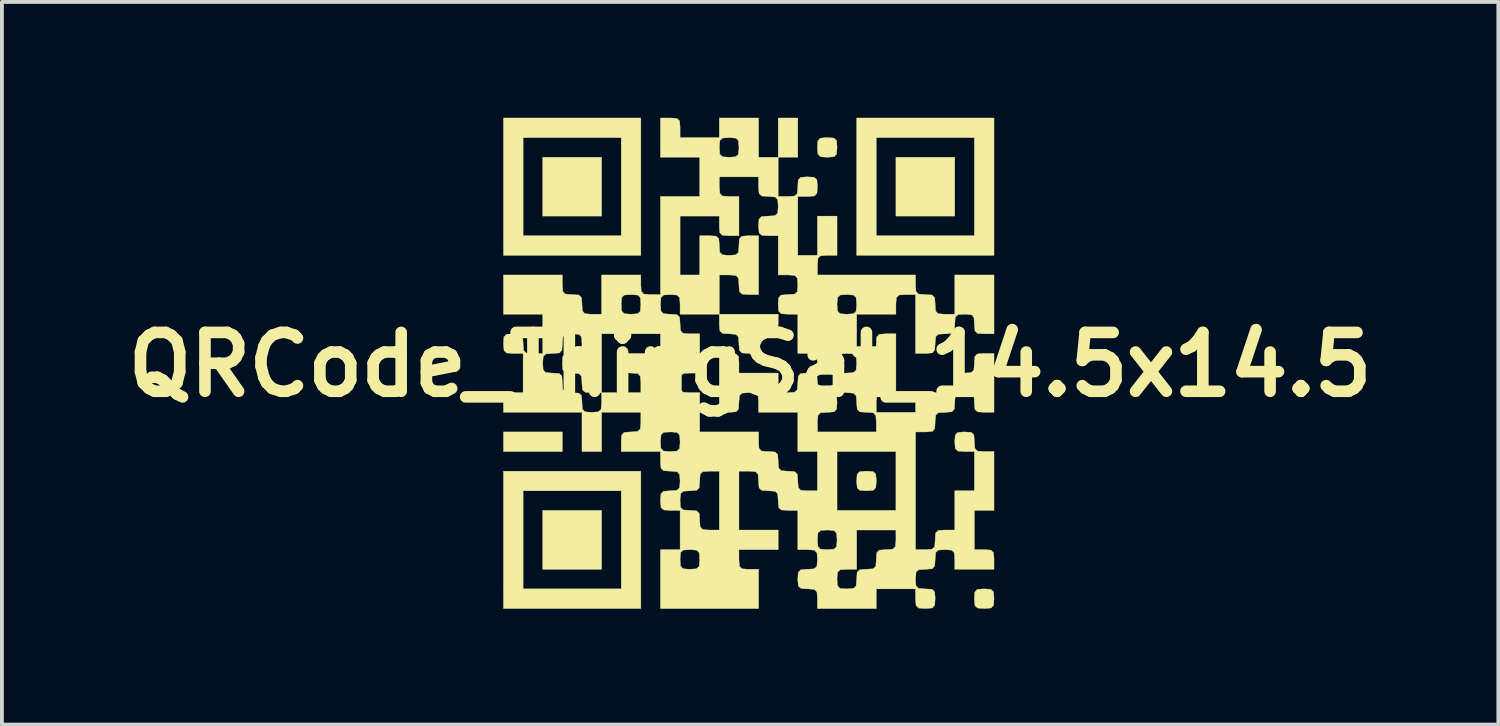
<source format=kicad_pcb>
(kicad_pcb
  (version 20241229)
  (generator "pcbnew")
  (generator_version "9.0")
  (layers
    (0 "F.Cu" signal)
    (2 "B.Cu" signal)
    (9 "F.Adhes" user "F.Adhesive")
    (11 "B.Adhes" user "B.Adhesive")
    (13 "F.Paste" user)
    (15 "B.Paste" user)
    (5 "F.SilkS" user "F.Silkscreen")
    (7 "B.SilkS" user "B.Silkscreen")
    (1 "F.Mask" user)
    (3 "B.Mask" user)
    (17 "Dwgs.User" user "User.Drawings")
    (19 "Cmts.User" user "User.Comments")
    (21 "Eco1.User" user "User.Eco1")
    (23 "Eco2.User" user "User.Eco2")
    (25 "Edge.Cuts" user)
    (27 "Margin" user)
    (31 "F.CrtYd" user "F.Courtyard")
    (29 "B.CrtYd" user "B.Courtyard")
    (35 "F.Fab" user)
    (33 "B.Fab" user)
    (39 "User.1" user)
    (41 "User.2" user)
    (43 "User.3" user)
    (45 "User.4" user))
  (footprint "QRCode_ThingSat_14.5x14.5"
    (layer "F.Cu")
    (at 16.372 6.391)
    (property "Reference" "QRCode_ThingSat_14.5x14.5" (at 0 0 0) (layer "F.SilkS") (effects (font (size 1.524 1.524) (thickness 0.3))))
    (attr through_hole)
    (fp_poly (pts (xy -4.862 2.25) (xy -6.386 2.25) (xy -6.386 1.742) (xy -4.862 1.742) (xy -4.862 2.25)) (stroke (width 0.01) (type solid)) (fill yes) (layer "F.SilkS"))
    (fp_poly (pts (xy -3.846 -3.846) (xy -5.37 -3.846) (xy -5.37 -5.37) (xy -3.846 -5.37) (xy -3.846 -3.846)) (stroke (width 0.01) (type solid)) (fill yes) (layer "F.SilkS"))
    (fp_poly (pts (xy -3.846 5.298) (xy -5.37 5.298) (xy -5.37 3.774) (xy -3.846 3.774) (xy -3.846 5.298)) (stroke (width 0.01) (type solid)) (fill yes) (layer "F.SilkS"))
    (fp_poly (pts (xy 1.234 -5.37) (xy 0.726 -5.37) (xy 0.726 -6.386) (xy 1.234 -6.386) (xy 1.234 -5.37)) (stroke (width 0.01) (type solid)) (fill yes) (layer "F.SilkS"))
    (fp_poly (pts (xy 5.298 -3.846) (xy 3.774 -3.846) (xy 3.774 -5.37) (xy 5.298 -5.37) (xy 5.298 -3.846)) (stroke (width 0.01) (type solid)) (fill yes) (layer "F.SilkS"))
    (fp_poly (pts (xy -2.83 -2.83) (xy -6.386 -2.83) (xy -6.386 -5.878) (xy -5.878 -5.878) (xy -5.878 -3.338) (xy -3.338 -3.338) (xy -3.338 -5.878) (xy -5.878 -5.878) (xy -6.386 -5.878) (xy -6.386 -6.386) (xy -2.83 -6.386) (xy -2.83 -2.83)) (stroke (width 0.01) (type solid)) (fill yes) (layer "F.SilkS"))
    (fp_poly (pts (xy -2.83 6.314) (xy -6.386 6.314) (xy -6.386 3.266) (xy -5.878 3.266) (xy -5.878 5.806) (xy -3.338 5.806) (xy -3.338 3.266) (xy -5.878 3.266) (xy -6.386 3.266) (xy -6.386 2.758) (xy -2.83 2.758) (xy -2.83 6.314)) (stroke (width 0.01) (type solid)) (fill yes) (layer "F.SilkS"))
    (fp_poly (pts (xy 6.314 -2.83) (xy 2.758 -2.83) (xy 2.758 -5.878) (xy 3.266 -5.878) (xy 3.266 -3.338) (xy 5.806 -3.338) (xy 5.806 -5.878) (xy 3.266 -5.878) (xy 2.758 -5.878) (xy 2.758 -6.386) (xy 6.314 -6.386) (xy 6.314 -2.83)) (stroke (width 0.01) (type solid)) (fill yes) (layer "F.SilkS"))
    (fp_poly (pts (xy 2.166 -5.867) (xy 2.236 -5.804) (xy 2.25 -5.644) (xy 2.25 -5.624) (xy 2.238 -5.454) (xy 2.175 -5.384) (xy 2.015 -5.37) (xy 1.996 -5.37) (xy 1.825 -5.382) (xy 1.756 -5.445) (xy 1.742 -5.605) (xy 1.742 -5.624) (xy 1.753 -5.795) (xy 1.816 -5.864) (xy 1.976 -5.878) (xy 1.996 -5.878) (xy 2.166 -5.867)) (stroke (width 0.01) (type solid)) (fill yes) (layer "F.SilkS"))
    (fp_poly (pts (xy 3.182 2.769) (xy 3.252 2.832) (xy 3.266 2.992) (xy 3.266 3.012) (xy 3.254 3.182) (xy 3.191 3.252) (xy 3.031 3.266) (xy 3.012 3.266) (xy 2.841 3.254) (xy 2.772 3.191) (xy 2.758 3.031) (xy 2.758 3.012) (xy 2.769 2.841) (xy 2.832 2.772) (xy 2.992 2.758) (xy 3.012 2.758) (xy 3.182 2.769)) (stroke (width 0.01) (type solid)) (fill yes) (layer "F.SilkS"))
    (fp_poly (pts (xy 6.23 5.817) (xy 6.3 5.88) (xy 6.314 6.04) (xy 6.314 6.06) (xy 6.302 6.23) (xy 6.239 6.3) (xy 6.079 6.314) (xy 6.06 6.314) (xy 5.889 6.302) (xy 5.82 6.239) (xy 5.806 6.079) (xy 5.806 6.06) (xy 5.817 5.889) (xy 5.88 5.82) (xy 6.04 5.806) (xy 6.06 5.806) (xy 6.23 5.817)) (stroke (width 0.01) (type solid)) (fill yes) (layer "F.SilkS"))
    (fp_poly (pts (xy 0.726 -1.052) (xy 0.714 -0.882) (xy 0.651 -0.812) (xy 0.491 -0.798) (xy 0.472 -0.798) (xy 0.301 -0.787) (xy 0.232 -0.724) (xy 0.218 -0.564) (xy 0.218 -0.544) (xy 0.206 -0.374) (xy 0.143 -0.304) (xy -0.017 -0.29) (xy -0.036 -0.29) (xy -0.207 -0.302) (xy -0.276 -0.365) (xy -0.29 -0.525) (xy -0.29 -0.544) (xy -0.302 -0.715) (xy -0.365 -0.784) (xy -0.525 -0.798) (xy -0.544 -0.798) (xy -0.715 -0.81) (xy -0.784 -0.873) (xy -0.798 -1.033) (xy -0.798 -1.052) (xy -0.798 -1.306) (xy 0.726 -1.306) (xy 0.726 -1.052)) (stroke (width 0.01) (type solid)) (fill yes) (layer "F.SilkS"))
    (fp_poly (pts (xy -1.898 -6.375) (xy -1.828 -6.312) (xy -1.814 -6.152) (xy -1.814 -6.132) (xy -1.814 -5.878) (xy -0.798 -5.878) (xy -0.798 -6.386) (xy 0.218 -6.386) (xy 0.218 -5.37) (xy 0.726 -5.37) (xy 0.726 -4.354) (xy 0.98 -4.354) (xy 1.15 -4.366) (xy 1.22 -4.429) (xy 1.234 -4.589) (xy 1.234 -4.608) (xy 1.245 -4.779) (xy 1.308 -4.848) (xy 1.468 -4.862) (xy 1.488 -4.862) (xy 1.658 -4.851) (xy 1.728 -4.788) (xy 1.742 -4.628) (xy 1.742 -4.608) (xy 1.73 -4.438) (xy 1.667 -4.368) (xy 1.507 -4.354) (xy 1.488 -4.354) (xy 1.234 -4.354) (xy 1.234 -2.83) (xy 1.742 -2.83) (xy 1.742 -3.846) (xy 2.25 -3.846) (xy 2.25 -2.83) (xy 1.996 -2.83) (xy 1.825 -2.819) (xy 1.756 -2.756) (xy 1.742 -2.596) (xy 1.742 -2.576) (xy 1.742 -2.322) (xy 4.282 -2.322) (xy 4.282 -2.068) (xy 4.293 -1.898) (xy 4.356 -1.828) (xy 4.516 -1.814) (xy 4.536 -1.814) (xy 4.706 -1.803) (xy 4.776 -1.74) (xy 4.79 -1.58) (xy 4.79 -1.56) (xy 4.801 -1.39) (xy 4.864 -1.32) (xy 5.024 -1.306) (xy 5.044 -1.306) (xy 5.298 -1.306) (xy 5.298 -2.322) (xy 6.314 -2.322) (xy 6.314 -0.798) (xy 6.06 -0.798) (xy 5.889 -0.81) (xy 5.82 -0.873) (xy 5.806 -1.033) (xy 5.806 -1.052) (xy 5.794 -1.223) (xy 5.731 -1.292) (xy 5.571 -1.306) (xy 5.552 -1.306) (xy 5.381 -1.295) (xy 5.312 -1.232) (xy 5.298 -1.072) (xy 5.298 -1.052) (xy 5.286 -0.882) (xy 5.223 -0.812) (xy 5.063 -0.798) (xy 5.044 -0.798) (xy 4.873 -0.787) (xy 4.804 -0.724) (xy 4.79 -0.564) (xy 4.79 -0.544) (xy 4.778 -0.374) (xy 4.715 -0.304) (xy 4.555 -0.29) (xy 4.536 -0.29) (xy 4.282 -0.29) (xy 4.282 -1.814) (xy 4.028 -1.814) (xy 3.857 -1.803) (xy 3.788 -1.74) (xy 3.774 -1.58) (xy 3.774 -1.56) (xy 3.774 -1.306) (xy 2.758 -1.306) (xy 2.758 -0.29) (xy 3.012 -0.29) (xy 3.182 -0.302) (xy 3.252 -0.365) (xy 3.266 -0.525) (xy 3.266 -0.544) (xy 3.277 -0.715) (xy 3.34 -0.784) (xy 3.5 -0.798) (xy 3.52 -0.798) (xy 3.774 -0.798) (xy 3.774 0.726) (xy 3.52 0.726) (xy 3.349 0.737) (xy 3.28 0.8) (xy 3.266 0.96) (xy 3.266 0.98) (xy 3.266 1.234) (xy 4.282 1.234) (xy 4.282 0.726) (xy 5.298 0.726) (xy 5.298 0.472) (xy 5.309 0.301) (xy 5.372 0.232) (xy 5.532 0.218) (xy 5.552 0.218) (xy 5.722 0.206) (xy 5.792 0.143) (xy 5.806 -0.017) (xy 5.806 -0.036) (xy 5.817 -0.207) (xy 5.88 -0.276) (xy 6.04 -0.29) (xy 6.06 -0.29) (xy 6.314 -0.29) (xy 6.314 1.234) (xy 6.06 1.234) (xy 5.889 1.222) (xy 5.82 1.159) (xy 5.806 0.999) (xy 5.806 0.98) (xy 5.794 0.809) (xy 5.731 0.74) (xy 5.571 0.726) (xy 5.552 0.726) (xy 5.381 0.737) (xy 5.312 0.8) (xy 5.298 0.96) (xy 5.298 0.98) (xy 5.286 1.15) (xy 5.223 1.22) (xy 5.063 1.234) (xy 5.044 1.234) (xy 4.873 1.245) (xy 4.804 1.308) (xy 4.79 1.468) (xy 4.79 1.488) (xy 4.778 1.658) (xy 4.715 1.728) (xy 4.555 1.742) (xy 4.536 1.742) (xy 4.282 1.742) (xy 4.282 4.79) (xy 4.536 4.79) (xy 4.706 4.778) (xy 4.776 4.715) (xy 4.79 4.555) (xy 4.79 4.536) (xy 4.801 4.365) (xy 4.864 4.296) (xy 5.024 4.282) (xy 5.044 4.282) (xy 5.298 4.282) (xy 5.298 3.266) (xy 5.806 3.266) (xy 5.806 2.25) (xy 5.552 2.25) (xy 5.381 2.238) (xy 5.312 2.175) (xy 5.298 2.015) (xy 5.298 1.996) (xy 5.309 1.825) (xy 5.372 1.756) (xy 5.532 1.742) (xy 5.552 1.742) (xy 5.722 1.753) (xy 5.792 1.816) (xy 5.806 1.976) (xy 5.806 1.996) (xy 5.817 2.166) (xy 5.88 2.236) (xy 6.04 2.25) (xy 6.06 2.25) (xy 6.314 2.25) (xy 6.314 3.774) (xy 5.806 3.774) (xy 5.806 4.79) (xy 6.06 4.79) (xy 6.23 4.801) (xy 6.3 4.864) (xy 6.314 5.024) (xy 6.314 5.044) (xy 6.314 5.298) (xy 5.298 5.298) (xy 5.298 5.044) (xy 5.286 4.873) (xy 5.223 4.804) (xy 5.063 4.79) (xy 5.044 4.79) (xy 4.873 4.801) (xy 4.804 4.864) (xy 4.79 5.024) (xy 4.79 5.044) (xy 4.778 5.214) (xy 4.715 5.284) (xy 4.555 5.298) (xy 4.536 5.298) (xy 4.365 5.309) (xy 4.296 5.372) (xy 4.282 5.532) (xy 4.282 5.552) (xy 4.293 5.722) (xy 4.356 5.792) (xy 4.516 5.806) (xy 4.536 5.806) (xy 4.706 5.817) (xy 4.776 5.88) (xy 4.79 6.04) (xy 4.79 6.06) (xy 4.778 6.23) (xy 4.715 6.3) (xy 4.555 6.314) (xy 4.536 6.314) (xy 4.365 6.302) (xy 4.296 6.239) (xy 4.282 6.079) (xy 4.282 6.06) (xy 4.282 5.806) (xy 3.266 5.806) (xy 3.266 6.314) (xy 1.742 6.314) (xy 1.742 6.06) (xy 1.73 5.889) (xy 1.667 5.82) (xy 1.507 5.806) (xy 1.488 5.806) (xy 1.317 5.794) (xy 1.248 5.731) (xy 1.234 5.571) (xy 1.234 5.552) (xy 2.25 5.552) (xy 2.261 5.722) (xy 2.324 5.792) (xy 2.484 5.806) (xy 2.504 5.806) (xy 2.674 5.794) (xy 2.744 5.731) (xy 2.758 5.571) (xy 2.758 5.552) (xy 2.769 5.381) (xy 2.832 5.312) (xy 2.992 5.298) (xy 3.012 5.298) (xy 3.182 5.286) (xy 3.252 5.223) (xy 3.266 5.063) (xy 3.266 5.044) (xy 3.277 4.873) (xy 3.34 4.804) (xy 3.5 4.79) (xy 3.52 4.79) (xy 3.69 4.778) (xy 3.76 4.715) (xy 3.774 4.555) (xy 3.774 4.536) (xy 3.774 4.282) (xy 2.758 4.282) (xy 2.758 5.298) (xy 2.504 5.298) (xy 2.333 5.309) (xy 2.264 5.372) (xy 2.25 5.532) (xy 2.25 5.552) (xy 1.234 5.552) (xy 1.245 5.381) (xy 1.308 5.312) (xy 1.468 5.298) (xy 1.488 5.298) (xy 1.658 5.286) (xy 1.728 5.223) (xy 1.742 5.063) (xy 1.742 5.044) (xy 1.73 4.873) (xy 1.667 4.804) (xy 1.507 4.79) (xy 1.488 4.79) (xy 1.234 4.79) (xy 1.234 4.536) (xy 1.742 4.536) (xy 1.753 4.706) (xy 1.816 4.776) (xy 1.976 4.79) (xy 1.996 4.79) (xy 2.166 4.778) (xy 2.236 4.715) (xy 2.25 4.555) (xy 2.25 4.536) (xy 2.238 4.365) (xy 2.175 4.296) (xy 2.015 4.282) (xy 1.996 4.282) (xy 1.825 4.293) (xy 1.756 4.356) (xy 1.742 4.516) (xy 1.742 4.536) (xy 1.234 4.536) (xy 1.234 3.774) (xy 0.98 3.774) (xy 0.809 3.762) (xy 0.74 3.699) (xy 0.726 3.539) (xy 0.726 3.52) (xy 0.714 3.349) (xy 0.651 3.28) (xy 0.491 3.266) (xy 0.472 3.266) (xy 0.301 3.254) (xy 0.232 3.191) (xy 0.218 3.031) (xy 0.218 3.012) (xy 0.206 2.841) (xy 0.143 2.772) (xy -0.017 2.758) (xy -0.036 2.758) (xy -0.29 2.758) (xy -0.29 4.282) (xy 0.726 4.282) (xy 0.726 4.79) (xy -0.29 4.79) (xy -0.29 5.044) (xy -0.279 5.214) (xy -0.216 5.284) (xy -0.056 5.298) (xy -0.036 5.298) (xy 0.218 5.298) (xy 0.218 6.314) (xy -2.322 6.314) (xy -2.322 5.044) (xy -1.814 5.044) (xy -1.803 5.214) (xy -1.74 5.284) (xy -1.58 5.298) (xy -1.56 5.298) (xy -1.39 5.286) (xy -1.32 5.223) (xy -1.306 5.063) (xy -1.306 5.044) (xy -1.318 4.873) (xy -1.381 4.804) (xy -1.541 4.79) (xy -1.56 4.79) (xy -1.731 4.801) (xy -1.8 4.864) (xy -1.814 5.024) (xy -1.814 5.044) (xy -2.322 5.044) (xy -2.322 4.79) (xy -1.814 4.79) (xy -1.814 3.774) (xy -2.068 3.774) (xy -2.239 3.762) (xy -2.308 3.699) (xy -2.322 3.539) (xy -2.322 3.52) (xy -1.814 3.52) (xy -1.803 3.69) (xy -1.74 3.76) (xy -1.58 3.774) (xy -1.56 3.774) (xy -1.39 3.785) (xy -1.32 3.848) (xy -1.306 4.008) (xy -1.306 4.028) (xy -1.295 4.198) (xy -1.232 4.268) (xy -1.072 4.282) (xy -1.052 4.282) (xy -0.798 4.282) (xy -0.798 2.758) (xy -1.052 2.758) (xy -1.223 2.769) (xy -1.292 2.832) (xy -1.306 2.992) (xy -1.306 3.012) (xy -1.318 3.182) (xy -1.381 3.252) (xy -1.541 3.266) (xy -1.56 3.266) (xy -1.731 3.277) (xy -1.8 3.34) (xy -1.814 3.5) (xy -1.814 3.52) (xy -2.322 3.52) (xy -2.311 3.349) (xy -2.248 3.28) (xy -2.088 3.266) (xy -2.068 3.266) (xy -1.898 3.254) (xy -1.828 3.191) (xy -1.814 3.031) (xy -1.814 3.012) (xy -1.826 2.841) (xy -1.889 2.772) (xy -2.049 2.758) (xy -2.068 2.758) (xy -2.239 2.746) (xy -2.308 2.683) (xy -2.322 2.523) (xy -2.322 2.504) (xy -2.322 2.25) (xy -3.338 2.25) (xy -3.338 1.996) (xy -2.322 1.996) (xy -2.311 2.166) (xy -2.248 2.236) (xy -2.088 2.25) (xy -2.068 2.25) (xy -1.898 2.238) (xy -1.828 2.175) (xy -1.814 2.015) (xy -1.814 1.996) (xy -1.826 1.825) (xy -1.889 1.756) (xy -2.049 1.742) (xy -2.068 1.742) (xy -2.239 1.753) (xy -2.308 1.816) (xy -2.322 1.976) (xy -2.322 1.996) (xy -3.338 1.996) (xy -3.327 1.825) (xy -3.264 1.756) (xy -3.104 1.742) (xy -3.084 1.742) (xy -2.914 1.73) (xy -2.844 1.667) (xy -2.83 1.507) (xy -2.83 1.488) (xy -2.83 1.234) (xy -3.846 1.234) (xy -3.846 2.25) (xy -4.354 2.25) (xy -4.354 1.234) (xy -6.386 1.234) (xy -6.386 0.98) (xy -6.375 0.809) (xy -6.312 0.74) (xy -6.152 0.726) (xy -6.132 0.726) (xy -5.878 0.726) (xy -5.878 -0.036) (xy -5.37 -0.036) (xy -5.359 0.134) (xy -5.296 0.204) (xy -5.136 0.218) (xy -5.116 0.218) (xy -4.946 0.229) (xy -4.876 0.292) (xy -4.862 0.452) (xy -4.862 0.472) (xy -4.851 0.642) (xy -4.788 0.712) (xy -4.628 0.726) (xy -4.608 0.726) (xy -4.438 0.737) (xy -4.368 0.8) (xy -4.354 0.96) (xy -4.354 0.98) (xy -4.343 1.15) (xy -4.28 1.22) (xy -4.12 1.234) (xy -4.1 1.234) (xy -3.93 1.222) (xy -3.86 1.159) (xy -3.846 0.999) (xy -3.846 0.98) (xy -3.846 0.726) (xy -4.1 0.726) (xy -4.271 0.714) (xy -4.34 0.651) (xy -4.354 0.491) (xy -4.354 0.472) (xy -4.366 0.301) (xy -4.429 0.232) (xy -4.589 0.218) (xy -4.608 0.218) (xy -4.779 0.206) (xy -4.848 0.143) (xy -4.862 -0.017) (xy -4.862 -0.036) (xy -4.851 -0.207) (xy -4.788 -0.276) (xy -4.628 -0.29) (xy -4.608 -0.29) (xy -4.438 -0.302) (xy -4.368 -0.365) (xy -4.354 -0.525) (xy -4.354 -0.544) (xy -4.366 -0.715) (xy -4.429 -0.784) (xy -4.589 -0.798) (xy -4.608 -0.798) (xy -3.846 -0.798) (xy -3.846 0.726) (xy -2.83 0.726) (xy -2.83 0.472) (xy -2.842 0.301) (xy -2.905 0.232) (xy -3.065 0.218) (xy -3.084 0.218) (xy -3.255 0.206) (xy -3.324 0.143) (xy -3.338 -0.017) (xy -3.338 -0.036) (xy -3.338 -0.29) (xy -2.322 -0.29) (xy -2.322 -0.798) (xy -3.846 -0.798) (xy -4.608 -0.798) (xy -4.779 -0.787) (xy -4.848 -0.724) (xy -4.862 -0.564) (xy -4.862 -0.544) (xy -4.874 -0.374) (xy -4.937 -0.304) (xy -5.097 -0.29) (xy -5.116 -0.29) (xy -5.287 -0.279) (xy -5.356 -0.216) (xy -5.37 -0.056) (xy -5.37 -0.036) (xy -5.878 -0.036) (xy -5.878 -0.29) (xy -6.132 -0.29) (xy -6.303 -0.302) (xy -6.372 -0.365) (xy -6.386 -0.525) (xy -6.386 -0.544) (xy -6.375 -0.715) (xy -6.312 -0.784) (xy -6.152 -0.798) (xy -6.132 -0.798) (xy -5.962 -0.787) (xy -5.892 -0.724) (xy -5.878 -0.564) (xy -5.878 -0.544) (xy -5.867 -0.374) (xy -5.804 -0.304) (xy -5.644 -0.29) (xy -5.624 -0.29) (xy -5.37 -0.29) (xy -5.37 -1.306) (xy -6.386 -1.306) (xy -6.386 -2.322) (xy -4.862 -2.322) (xy -4.862 -2.068) (xy -4.851 -1.898) (xy -4.788 -1.828) (xy -4.628 -1.814) (xy -4.608 -1.814) (xy -4.438 -1.803) (xy -4.368 -1.74) (xy -4.354 -1.58) (xy -4.354 -1.56) (xy -4.343 -1.39) (xy -4.28 -1.32) (xy -4.12 -1.306) (xy -4.1 -1.306) (xy -3.846 -1.306) (xy -3.846 -1.56) (xy -3.338 -1.56) (xy -3.327 -1.39) (xy -3.264 -1.32) (xy -3.104 -1.306) (xy -3.084 -1.306) (xy -2.914 -1.318) (xy -2.844 -1.381) (xy -2.83 -1.541) (xy -2.83 -1.56) (xy -2.322 -1.56) (xy -2.311 -1.39) (xy -2.248 -1.32) (xy -2.088 -1.306) (xy -2.068 -1.306) (xy -1.898 -1.295) (xy -1.828 -1.232) (xy -1.814 -1.072) (xy -1.814 -1.052) (xy -1.803 -0.882) (xy -1.74 -0.812) (xy -1.58 -0.798) (xy -1.56 -0.798) (xy -1.306 -0.798) (xy -1.306 0.218) (xy -1.56 0.218) (xy -1.731 0.229) (xy -1.8 0.292) (xy -1.814 0.452) (xy -1.814 0.472) (xy -1.803 0.642) (xy -1.74 0.712) (xy -1.58 0.726) (xy -1.56 0.726) (xy -1.306 0.726) (xy -1.306 1.742) (xy 0.218 1.742) (xy 0.218 1.996) (xy 0.229 2.166) (xy 0.292 2.236) (xy 0.452 2.25) (xy 0.472 2.25) (xy 0.642 2.261) (xy 0.712 2.324) (xy 0.726 2.484) (xy 0.726 2.504) (xy 0.737 2.674) (xy 0.8 2.744) (xy 0.96 2.758) (xy 0.98 2.758) (xy 1.15 2.769) (xy 1.22 2.832) (xy 1.234 2.992) (xy 1.234 3.012) (xy 1.245 3.182) (xy 1.308 3.252) (xy 1.468 3.266) (xy 1.488 3.266) (xy 1.742 3.266) (xy 1.742 2.25) (xy 2.25 2.25) (xy 2.25 3.774) (xy 3.774 3.774) (xy 3.774 2.25) (xy 2.25 2.25) (xy 1.742 2.25) (xy 1.234 2.25) (xy 1.234 1.234) (xy 0.218 1.234) (xy 0.218 0.98) (xy 0.206 0.809) (xy 0.143 0.74) (xy -0.017 0.726) (xy -0.036 0.726) (xy -0.207 0.737) (xy -0.276 0.8) (xy -0.29 0.96) (xy -0.29 0.98) (xy -0.302 1.15) (xy -0.365 1.22) (xy -0.525 1.234) (xy -0.544 1.234) (xy -0.798 1.234) (xy -0.798 -0.29) (xy -0.544 -0.29) (xy -0.374 -0.279) (xy -0.304 -0.216) (xy -0.29 -0.056) (xy -0.29 -0.036) (xy -0.29 0.218) (xy 0.726 0.218) (xy 0.726 0.472) (xy 0.737 0.642) (xy 0.8 0.712) (xy 0.96 0.726) (xy 0.98 0.726) (xy 1.15 0.714) (xy 1.22 0.651) (xy 1.234 0.491) (xy 1.234 0.472) (xy 1.245 0.301) (xy 1.308 0.232) (xy 1.468 0.218) (xy 1.488 0.218) (xy 1.658 0.229) (xy 1.728 0.292) (xy 1.742 0.452) (xy 1.742 0.472) (xy 1.753 0.642) (xy 1.816 0.712) (xy 1.976 0.726) (xy 1.996 0.726) (xy 2.166 0.737) (xy 2.236 0.8) (xy 2.25 0.96) (xy 2.25 0.98) (xy 2.238 1.15) (xy 2.175 1.22) (xy 2.015 1.234) (xy 1.996 1.234) (xy 1.825 1.245) (xy 1.756 1.308) (xy 1.742 1.468) (xy 1.742 1.488) (xy 1.742 1.742) (xy 3.266 1.742) (xy 3.266 1.488) (xy 3.254 1.317) (xy 3.191 1.248) (xy 3.031 1.234) (xy 3.012 1.234) (xy 2.841 1.222) (xy 2.772 1.159) (xy 2.758 0.999) (xy 2.758 0.98) (xy 2.746 0.809) (xy 2.683 0.74) (xy 2.523 0.726) (xy 2.504 0.726) (xy 2.333 0.714) (xy 2.264 0.651) (xy 2.25 0.491) (xy 2.25 0.472) (xy 2.261 0.301) (xy 2.324 0.232) (xy 2.484 0.218) (xy 2.504 0.218) (xy 2.674 0.206) (xy 2.744 0.143) (xy 2.758 -0.017) (xy 2.758 -0.036) (xy 2.746 -0.207) (xy 2.683 -0.276) (xy 2.523 -0.29) (xy 2.504 -0.29) (xy 2.333 -0.279) (xy 2.264 -0.216) (xy 2.25 -0.056) (xy 2.25 -0.036) (xy 2.238 0.134) (xy 2.175 0.204) (xy 2.015 0.218) (xy 1.996 0.218) (xy 1.825 0.206) (xy 1.756 0.143) (xy 1.742 -0.017) (xy 1.742 -0.036) (xy 1.73 -0.207) (xy 1.667 -0.276) (xy 1.507 -0.29) (xy 1.488 -0.29) (xy 1.234 -0.29) (xy 1.234 -1.306) (xy 0.98 -1.306) (xy 0.809 -1.318) (xy 0.74 -1.381) (xy 0.726 -1.541) (xy 0.726 -1.56) (xy 2.25 -1.56) (xy 2.261 -1.39) (xy 2.324 -1.32) (xy 2.484 -1.306) (xy 2.504 -1.306) (xy 2.674 -1.318) (xy 2.744 -1.381) (xy 2.758 -1.541) (xy 2.758 -1.56) (xy 2.746 -1.731) (xy 2.683 -1.8) (xy 2.523 -1.814) (xy 2.504 -1.814) (xy 2.333 -1.803) (xy 2.264 -1.74) (xy 2.25 -1.58) (xy 2.25 -1.56) (xy 0.726 -1.56) (xy 0.737 -1.731) (xy 0.8 -1.8) (xy 0.96 -1.814) (xy 0.98 -1.814) (xy 1.15 -1.826) (xy 1.22 -1.889) (xy 1.234 -2.049) (xy 1.234 -2.068) (xy 1.222 -2.239) (xy 1.159 -2.308) (xy 0.999 -2.322) (xy 0.98 -2.322) (xy 0.726 -2.322) (xy 0.726 -3.338) (xy 0.472 -3.338) (xy 0.301 -3.35) (xy 0.232 -3.413) (xy 0.218 -3.573) (xy 0.218 -3.592) (xy 0.229 -3.763) (xy 0.292 -3.832) (xy 0.452 -3.846) (xy 0.472 -3.846) (xy 0.642 -3.858) (xy 0.712 -3.921) (xy 0.726 -4.081) (xy 0.726 -4.1) (xy 0.714 -4.271) (xy 0.651 -4.34) (xy 0.491 -4.354) (xy 0.472 -4.354) (xy 0.301 -4.366) (xy 0.232 -4.429) (xy 0.218 -4.589) (xy 0.218 -4.608) (xy 0.218 -4.862) (xy -0.798 -4.862) (xy -0.798 -4.608) (xy -0.787 -4.438) (xy -0.724 -4.368) (xy -0.564 -4.354) (xy -0.544 -4.354) (xy -0.29 -4.354) (xy -0.29 -3.338) (xy -0.544 -3.338) (xy -0.715 -3.35) (xy -0.784 -3.413) (xy -0.798 -3.573) (xy -0.798 -3.592) (xy -0.798 -3.846) (xy -1.814 -3.846) (xy -1.814 -2.322) (xy -1.306 -2.322) (xy -1.306 -3.338) (xy -1.052 -3.338) (xy -0.882 -3.327) (xy -0.812 -3.264) (xy -0.798 -3.104) (xy -0.798 -3.084) (xy -0.787 -2.914) (xy -0.724 -2.844) (xy -0.564 -2.83) (xy -0.544 -2.83) (xy -0.374 -2.842) (xy -0.304 -2.905) (xy -0.29 -3.065) (xy -0.29 -3.084) (xy -0.279 -3.255) (xy -0.216 -3.324) (xy -0.056 -3.338) (xy -0.036 -3.338) (xy 0.218 -3.338) (xy 0.218 -1.814) (xy -0.036 -1.814) (xy -0.207 -1.826) (xy -0.276 -1.889) (xy -0.29 -2.049) (xy -0.29 -2.068) (xy -0.302 -2.239) (xy -0.365 -2.308) (xy -0.525 -2.322) (xy -0.544 -2.322) (xy -0.798 -2.322) (xy -0.798 -1.306) (xy -1.814 -1.306) (xy -1.814 -1.56) (xy -1.826 -1.731) (xy -1.889 -1.8) (xy -2.049 -1.814) (xy -2.068 -1.814) (xy -2.239 -1.803) (xy -2.308 -1.74) (xy -2.322 -1.58) (xy -2.322 -1.56) (xy -2.83 -1.56) (xy -2.842 -1.731) (xy -2.905 -1.8) (xy -3.065 -1.814) (xy -3.084 -1.814) (xy -3.255 -1.803) (xy -3.324 -1.74) (xy -3.338 -1.58) (xy -3.338 -1.56) (xy -3.846 -1.56) (xy -3.846 -2.322) (xy -2.83 -2.322) (xy -2.83 -2.068) (xy -2.819 -1.898) (xy -2.756 -1.828) (xy -2.596 -1.814) (xy -2.576 -1.814) (xy -2.322 -1.814) (xy -2.322 -4.354) (xy -1.306 -4.354) (xy -1.306 -5.37) (xy -2.322 -5.37) (xy -2.322 -5.624) (xy -0.798 -5.624) (xy -0.787 -5.454) (xy -0.724 -5.384) (xy -0.564 -5.37) (xy -0.544 -5.37) (xy -0.374 -5.382) (xy -0.304 -5.445) (xy -0.29 -5.605) (xy -0.29 -5.624) (xy -0.302 -5.795) (xy -0.365 -5.864) (xy -0.525 -5.878) (xy -0.544 -5.878) (xy -0.715 -5.867) (xy -0.784 -5.804) (xy -0.798 -5.644) (xy -0.798 -5.624) (xy -2.322 -5.624) (xy -2.322 -6.386) (xy -2.068 -6.386) (xy -1.898 -6.375)) (stroke (width 0.01) (type solid)) (fill yes) (layer "F.SilkS")))
  (gr_rect
    (start -3 -3)
    (end 35.744 15.71)
    (stroke (width 0.1) (type default))
    (fill no)
    (layer "Edge.Cuts")))
</source>
